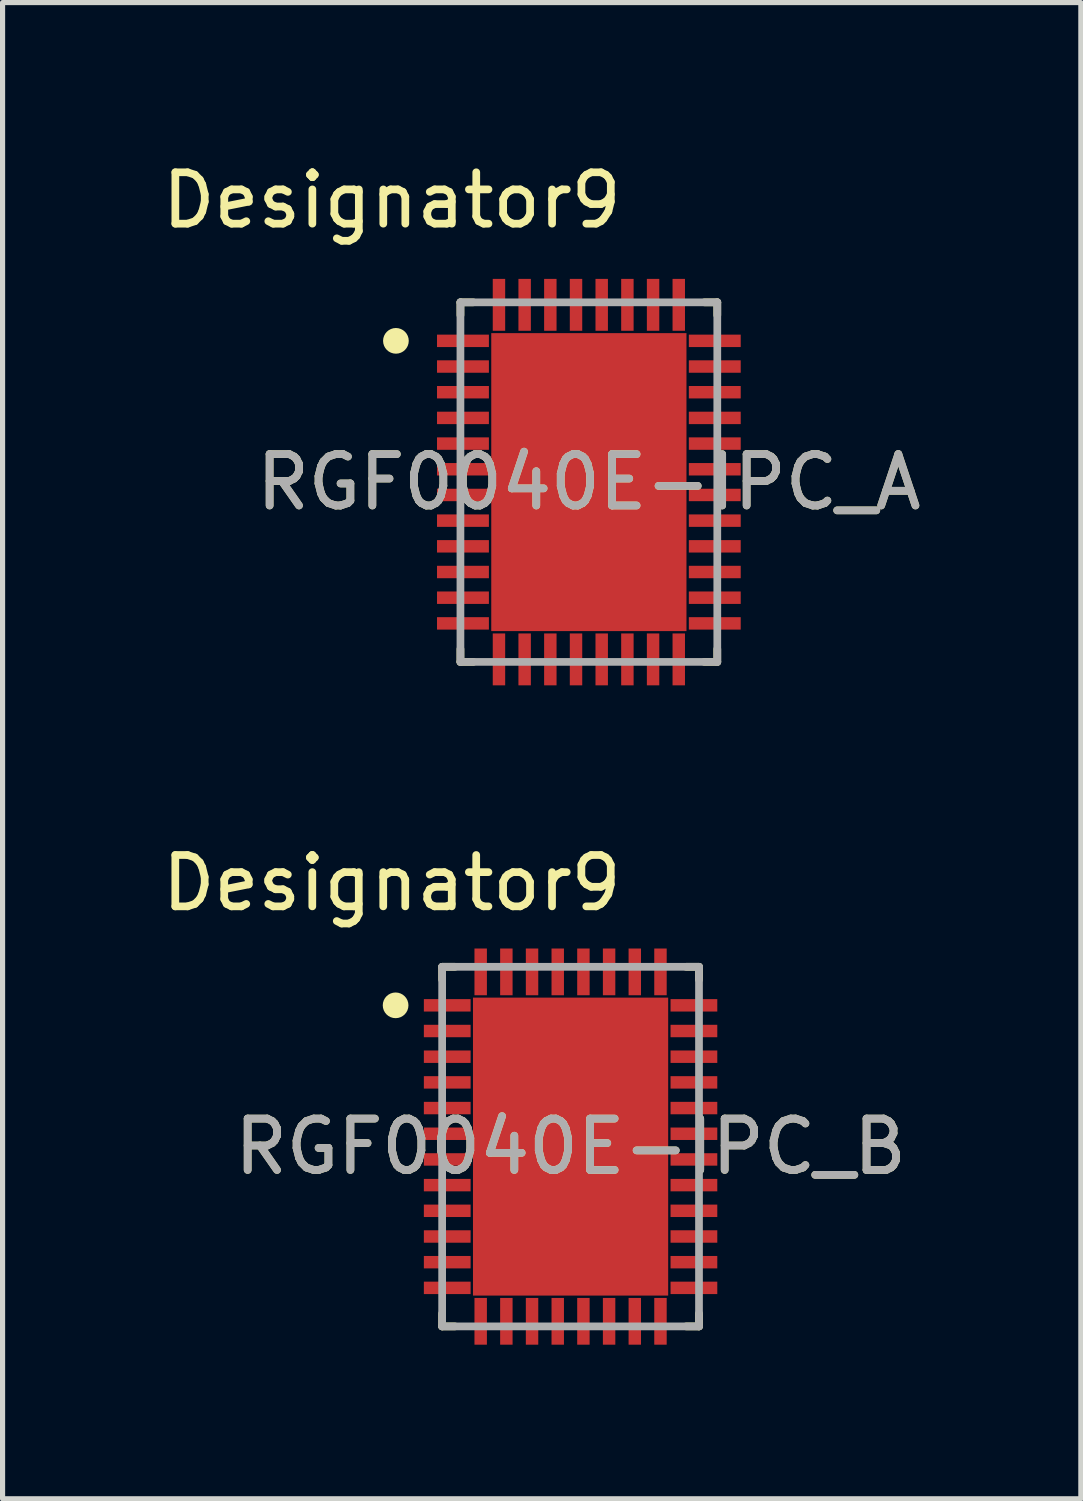
<source format=kicad_pcb>
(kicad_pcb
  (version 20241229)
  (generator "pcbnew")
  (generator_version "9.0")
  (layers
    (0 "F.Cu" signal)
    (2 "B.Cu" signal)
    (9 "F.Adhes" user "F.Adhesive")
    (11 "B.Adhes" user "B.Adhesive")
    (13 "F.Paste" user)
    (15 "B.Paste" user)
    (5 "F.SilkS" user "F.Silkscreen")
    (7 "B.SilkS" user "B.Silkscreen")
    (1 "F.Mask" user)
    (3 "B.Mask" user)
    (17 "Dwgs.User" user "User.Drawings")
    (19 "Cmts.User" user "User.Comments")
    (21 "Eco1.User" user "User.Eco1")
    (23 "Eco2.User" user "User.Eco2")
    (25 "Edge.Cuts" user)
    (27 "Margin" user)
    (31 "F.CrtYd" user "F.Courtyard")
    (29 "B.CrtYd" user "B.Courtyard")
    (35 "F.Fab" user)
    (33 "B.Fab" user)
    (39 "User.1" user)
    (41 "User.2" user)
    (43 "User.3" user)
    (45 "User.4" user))
  (footprint "RGF0040E-IPC_A"
    (layer "F.Cu")
    (at 8.413 6.335)
    (property "Reference" "RGF0040E-IPC_A" (at 0 0 0) (unlocked yes) (layer "F.SilkS") (effects (font (size 1 1) (thickness 0.15))))
    (attr smd)
    (fp_line (start -2.5 -3.5) (end -2.25 -3.5) (stroke (width 0.15) (type solid)) (layer "F.SilkS"))
    (fp_line (start -2.5 -3.25) (end -2.5 -3.5) (stroke (width 0.15) (type solid)) (layer "F.SilkS"))
    (fp_line (start -2.5 3.5) (end -2.5 3.25) (stroke (width 0.15) (type solid)) (layer "F.SilkS"))
    (fp_line (start -2.5 3.5) (end -2.25 3.5) (stroke (width 0.15) (type solid)) (layer "F.SilkS"))
    (fp_line (start 2.25 -3.5) (end 2.5 -3.5) (stroke (width 0.15) (type solid)) (layer "F.SilkS"))
    (fp_line (start 2.25 3.5) (end 2.5 3.5) (stroke (width 0.15) (type solid)) (layer "F.SilkS"))
    (fp_line (start 2.5 -3.25) (end 2.5 -3.5) (stroke (width 0.15) (type solid)) (layer "F.SilkS"))
    (fp_line (start 2.5 3.5) (end 2.5 3.25) (stroke (width 0.15) (type solid)) (layer "F.SilkS"))
    (fp_circle (center -3.756 -2.75) (end -3.631 -2.75) (stroke (width 0.25) (type solid)) (fill no) (layer "F.SilkS"))
    (fp_poly (pts (xy -1.278 -0.311) (xy 1.278 -0.311) (xy 1.278 -2.278) (xy -1.278 -2.278)) (stroke (width 0) (type solid)) (fill yes) (layer "F.Paste"))
    (fp_poly (pts (xy -1.278 2.278) (xy 1.278 2.278) (xy 1.278 0.311) (xy -1.278 0.311)) (stroke (width 0) (type solid)) (fill yes) (layer "F.Paste"))
    (fp_line (start -2.5 -3.5) (end 2.5 -3.5) (stroke (width 0.15) (type solid)) (layer "F.Fab"))
    (fp_line (start -2.5 3.5) (end -2.5 -3.5) (stroke (width 0.15) (type solid)) (layer "F.Fab"))
    (fp_line (start -2.5 3.5) (end 2.5 3.5) (stroke (width 0.15) (type solid)) (layer "F.Fab"))
    (fp_line (start 2.5 3.5) (end 2.5 -3.5) (stroke (width 0.15) (type solid)) (layer "F.Fab"))
    (fp_text user "Designator9" (at -3.835 -5.486 0) (unlocked yes) (layer "F.SilkS") (effects (font (size 1 1) (thickness 0.15))))
    (fp_text user "${REFERENCE}" (at 0 0 0) (unlocked yes) (layer "F.Fab") (effects (font (size 1 1) (thickness 0.15))))
    (pad "1" smd rect (at -2.451 -2.75 90) (size 0.242 1.01) (layers "F.Cu" "F.Mask" "F.Paste"))
    (pad "2" smd rect (at -2.451 -2.25 90) (size 0.242 1.01) (layers "F.Cu" "F.Mask" "F.Paste"))
    (pad "3" smd rect (at -2.451 -1.75 90) (size 0.242 1.01) (layers "F.Cu" "F.Mask" "F.Paste"))
    (pad "4" smd rect (at -2.451 -1.25 90) (size 0.242 1.01) (layers "F.Cu" "F.Mask" "F.Paste"))
    (pad "5" smd rect (at -2.451 -0.75 90) (size 0.242 1.01) (layers "F.Cu" "F.Mask" "F.Paste"))
    (pad "6" smd rect (at -2.451 -0.25 90) (size 0.242 1.01) (layers "F.Cu" "F.Mask" "F.Paste"))
    (pad "7" smd rect (at -2.451 0.25 90) (size 0.242 1.01) (layers "F.Cu" "F.Mask" "F.Paste"))
    (pad "8" smd rect (at -2.451 0.75 90) (size 0.242 1.01) (layers "F.Cu" "F.Mask" "F.Paste"))
    (pad "9" smd rect (at -2.451 1.25 90) (size 0.242 1.01) (layers "F.Cu" "F.Mask" "F.Paste"))
    (pad "10" smd rect (at -2.451 1.75 90) (size 0.242 1.01) (layers "F.Cu" "F.Mask" "F.Paste"))
    (pad "11" smd rect (at -2.451 2.25 90) (size 0.242 1.01) (layers "F.Cu" "F.Mask" "F.Paste"))
    (pad "12" smd rect (at -2.451 2.75 90) (size 0.242 1.01) (layers "F.Cu" "F.Mask" "F.Paste"))
    (pad "13" smd rect (at -1.75 3.451) (size 0.242 1.01) (layers "F.Cu" "F.Mask" "F.Paste"))
    (pad "14" smd rect (at -1.25 3.451) (size 0.242 1.01) (layers "F.Cu" "F.Mask" "F.Paste"))
    (pad "15" smd rect (at -0.75 3.451) (size 0.242 1.01) (layers "F.Cu" "F.Mask" "F.Paste"))
    (pad "16" smd rect (at -0.25 3.451) (size 0.242 1.01) (layers "F.Cu" "F.Mask" "F.Paste"))
    (pad "17" smd rect (at 0.25 3.451) (size 0.242 1.01) (layers "F.Cu" "F.Mask" "F.Paste"))
    (pad "18" smd rect (at 0.75 3.451) (size 0.242 1.01) (layers "F.Cu" "F.Mask" "F.Paste"))
    (pad "19" smd rect (at 1.25 3.451) (size 0.242 1.01) (layers "F.Cu" "F.Mask" "F.Paste"))
    (pad "20" smd rect (at 1.75 3.451) (size 0.242 1.01) (layers "F.Cu" "F.Mask" "F.Paste"))
    (pad "21" smd rect (at 2.451 2.75 90) (size 0.242 1.01) (layers "F.Cu" "F.Mask" "F.Paste"))
    (pad "22" smd rect (at 2.451 2.25 90) (size 0.242 1.01) (layers "F.Cu" "F.Mask" "F.Paste"))
    (pad "23" smd rect (at 2.451 1.75 90) (size 0.242 1.01) (layers "F.Cu" "F.Mask" "F.Paste"))
    (pad "24" smd rect (at 2.451 1.25 90) (size 0.242 1.01) (layers "F.Cu" "F.Mask" "F.Paste"))
    (pad "25" smd rect (at 2.451 0.75 90) (size 0.242 1.01) (layers "F.Cu" "F.Mask" "F.Paste"))
    (pad "26" smd rect (at 2.451 0.25 90) (size 0.242 1.01) (layers "F.Cu" "F.Mask" "F.Paste"))
    (pad "27" smd rect (at 2.451 -0.25 90) (size 0.242 1.01) (layers "F.Cu" "F.Mask" "F.Paste"))
    (pad "28" smd rect (at 2.451 -0.75 90) (size 0.242 1.01) (layers "F.Cu" "F.Mask" "F.Paste"))
    (pad "29" smd rect (at 2.451 -1.25 90) (size 0.242 1.01) (layers "F.Cu" "F.Mask" "F.Paste"))
    (pad "30" smd rect (at 2.451 -1.75 90) (size 0.242 1.01) (layers "F.Cu" "F.Mask" "F.Paste"))
    (pad "31" smd rect (at 2.451 -2.25 90) (size 0.242 1.01) (layers "F.Cu" "F.Mask" "F.Paste"))
    (pad "32" smd rect (at 2.451 -2.75 90) (size 0.242 1.01) (layers "F.Cu" "F.Mask" "F.Paste"))
    (pad "33" smd rect (at 1.75 -3.451) (size 0.242 1.01) (layers "F.Cu" "F.Mask" "F.Paste"))
    (pad "34" smd rect (at 1.25 -3.451) (size 0.242 1.01) (layers "F.Cu" "F.Mask" "F.Paste"))
    (pad "35" smd rect (at 0.75 -3.451) (size 0.242 1.01) (layers "F.Cu" "F.Mask" "F.Paste"))
    (pad "36" smd rect (at 0.25 -3.451) (size 0.242 1.01) (layers "F.Cu" "F.Mask" "F.Paste"))
    (pad "37" smd rect (at -0.25 -3.451) (size 0.242 1.01) (layers "F.Cu" "F.Mask" "F.Paste"))
    (pad "38" smd rect (at -0.75 -3.451) (size 0.242 1.01) (layers "F.Cu" "F.Mask" "F.Paste"))
    (pad "39" smd rect (at -1.25 -3.451) (size 0.242 1.01) (layers "F.Cu" "F.Mask" "F.Paste"))
    (pad "40" smd rect (at -1.75 -3.451) (size 0.242 1.01) (layers "F.Cu" "F.Mask" "F.Paste"))
    (pad "41" smd rect (at 0 0) (size 3.8 5.8) (layers "F.Cu" "F.Mask")))
  (footprint "RGF0040E-IPC_B"
    (layer "F.Cu")
    (at 8.057 19.27)
    (property "Reference" "RGF0040E-IPC_B" (at 0 0 0) (unlocked yes) (layer "F.SilkS") (effects (font (size 1 1) (thickness 0.15))))
    (attr smd)
    (fp_line (start -2.5 -3.5) (end -2.25 -3.5) (stroke (width 0.15) (type solid)) (layer "F.SilkS"))
    (fp_line (start -2.5 -3.25) (end -2.5 -3.5) (stroke (width 0.15) (type solid)) (layer "F.SilkS"))
    (fp_line (start -2.5 3.5) (end -2.5 3.25) (stroke (width 0.15) (type solid)) (layer "F.SilkS"))
    (fp_line (start -2.5 3.5) (end -2.25 3.5) (stroke (width 0.15) (type solid)) (layer "F.SilkS"))
    (fp_line (start 2.25 -3.5) (end 2.5 -3.5) (stroke (width 0.15) (type solid)) (layer "F.SilkS"))
    (fp_line (start 2.25 3.5) (end 2.5 3.5) (stroke (width 0.15) (type solid)) (layer "F.SilkS"))
    (fp_line (start 2.5 -3.25) (end 2.5 -3.5) (stroke (width 0.15) (type solid)) (layer "F.SilkS"))
    (fp_line (start 2.5 3.5) (end 2.5 3.25) (stroke (width 0.15) (type solid)) (layer "F.SilkS"))
    (fp_circle (center -3.406 -2.75) (end -3.281 -2.75) (stroke (width 0.25) (type solid)) (fill no) (layer "F.SilkS"))
    (fp_poly (pts (xy -1.278 -0.311) (xy 1.278 -0.311) (xy 1.278 -2.278) (xy -1.278 -2.278)) (stroke (width 0) (type solid)) (fill yes) (layer "F.Paste"))
    (fp_poly (pts (xy -1.278 2.278) (xy 1.278 2.278) (xy 1.278 0.311) (xy -1.278 0.311)) (stroke (width 0) (type solid)) (fill yes) (layer "F.Paste"))
    (fp_line (start -2.5 -3.5) (end 2.5 -3.5) (stroke (width 0.15) (type solid)) (layer "F.Fab"))
    (fp_line (start -2.5 3.5) (end -2.5 -3.5) (stroke (width 0.15) (type solid)) (layer "F.Fab"))
    (fp_line (start -2.5 3.5) (end 2.5 3.5) (stroke (width 0.15) (type solid)) (layer "F.Fab"))
    (fp_line (start 2.5 3.5) (end 2.5 -3.5) (stroke (width 0.15) (type solid)) (layer "F.Fab"))
    (fp_text user "Designator9" (at -3.48 -5.131 0) (unlocked yes) (layer "F.SilkS") (effects (font (size 1 1) (thickness 0.15))))
    (fp_text user "${REFERENCE}" (at 0 0 0) (unlocked yes) (layer "F.Fab") (effects (font (size 1 1) (thickness 0.15))))
    (pad "1" smd rect (at -2.401 -2.75 90) (size 0.242 0.91) (layers "F.Cu" "F.Mask" "F.Paste"))
    (pad "2" smd rect (at -2.401 -2.25 90) (size 0.242 0.91) (layers "F.Cu" "F.Mask" "F.Paste"))
    (pad "3" smd rect (at -2.401 -1.75 90) (size 0.242 0.91) (layers "F.Cu" "F.Mask" "F.Paste"))
    (pad "4" smd rect (at -2.401 -1.25 90) (size 0.242 0.91) (layers "F.Cu" "F.Mask" "F.Paste"))
    (pad "5" smd rect (at -2.401 -0.75 90) (size 0.242 0.91) (layers "F.Cu" "F.Mask" "F.Paste"))
    (pad "6" smd rect (at -2.401 -0.25 90) (size 0.242 0.91) (layers "F.Cu" "F.Mask" "F.Paste"))
    (pad "7" smd rect (at -2.401 0.25 90) (size 0.242 0.91) (layers "F.Cu" "F.Mask" "F.Paste"))
    (pad "8" smd rect (at -2.401 0.75 90) (size 0.242 0.91) (layers "F.Cu" "F.Mask" "F.Paste"))
    (pad "9" smd rect (at -2.401 1.25 90) (size 0.242 0.91) (layers "F.Cu" "F.Mask" "F.Paste"))
    (pad "10" smd rect (at -2.401 1.75 90) (size 0.242 0.91) (layers "F.Cu" "F.Mask" "F.Paste"))
    (pad "11" smd rect (at -2.401 2.25 90) (size 0.242 0.91) (layers "F.Cu" "F.Mask" "F.Paste"))
    (pad "12" smd rect (at -2.401 2.75 90) (size 0.242 0.91) (layers "F.Cu" "F.Mask" "F.Paste"))
    (pad "13" smd rect (at -1.75 3.401) (size 0.242 0.91) (layers "F.Cu" "F.Mask" "F.Paste"))
    (pad "14" smd rect (at -1.25 3.401) (size 0.242 0.91) (layers "F.Cu" "F.Mask" "F.Paste"))
    (pad "15" smd rect (at -0.75 3.401) (size 0.242 0.91) (layers "F.Cu" "F.Mask" "F.Paste"))
    (pad "16" smd rect (at -0.25 3.401) (size 0.242 0.91) (layers "F.Cu" "F.Mask" "F.Paste"))
    (pad "17" smd rect (at 0.25 3.401) (size 0.242 0.91) (layers "F.Cu" "F.Mask" "F.Paste"))
    (pad "18" smd rect (at 0.75 3.401) (size 0.242 0.91) (layers "F.Cu" "F.Mask" "F.Paste"))
    (pad "19" smd rect (at 1.25 3.401) (size 0.242 0.91) (layers "F.Cu" "F.Mask" "F.Paste"))
    (pad "20" smd rect (at 1.75 3.401) (size 0.242 0.91) (layers "F.Cu" "F.Mask" "F.Paste"))
    (pad "21" smd rect (at 2.401 2.75 90) (size 0.242 0.91) (layers "F.Cu" "F.Mask" "F.Paste"))
    (pad "22" smd rect (at 2.401 2.25 90) (size 0.242 0.91) (layers "F.Cu" "F.Mask" "F.Paste"))
    (pad "23" smd rect (at 2.401 1.75 90) (size 0.242 0.91) (layers "F.Cu" "F.Mask" "F.Paste"))
    (pad "24" smd rect (at 2.401 1.25 90) (size 0.242 0.91) (layers "F.Cu" "F.Mask" "F.Paste"))
    (pad "25" smd rect (at 2.401 0.75 90) (size 0.242 0.91) (layers "F.Cu" "F.Mask" "F.Paste"))
    (pad "26" smd rect (at 2.401 0.25 90) (size 0.242 0.91) (layers "F.Cu" "F.Mask" "F.Paste"))
    (pad "27" smd rect (at 2.401 -0.25 90) (size 0.242 0.91) (layers "F.Cu" "F.Mask" "F.Paste"))
    (pad "28" smd rect (at 2.401 -0.75 90) (size 0.242 0.91) (layers "F.Cu" "F.Mask" "F.Paste"))
    (pad "29" smd rect (at 2.401 -1.25 90) (size 0.242 0.91) (layers "F.Cu" "F.Mask" "F.Paste"))
    (pad "30" smd rect (at 2.401 -1.75 90) (size 0.242 0.91) (layers "F.Cu" "F.Mask" "F.Paste"))
    (pad "31" smd rect (at 2.401 -2.25 90) (size 0.242 0.91) (layers "F.Cu" "F.Mask" "F.Paste"))
    (pad "32" smd rect (at 2.401 -2.75 90) (size 0.242 0.91) (layers "F.Cu" "F.Mask" "F.Paste"))
    (pad "33" smd rect (at 1.75 -3.401) (size 0.242 0.91) (layers "F.Cu" "F.Mask" "F.Paste"))
    (pad "34" smd rect (at 1.25 -3.401) (size 0.242 0.91) (layers "F.Cu" "F.Mask" "F.Paste"))
    (pad "35" smd rect (at 0.75 -3.401) (size 0.242 0.91) (layers "F.Cu" "F.Mask" "F.Paste"))
    (pad "36" smd rect (at 0.25 -3.401) (size 0.242 0.91) (layers "F.Cu" "F.Mask" "F.Paste"))
    (pad "37" smd rect (at -0.25 -3.401) (size 0.242 0.91) (layers "F.Cu" "F.Mask" "F.Paste"))
    (pad "38" smd rect (at -0.75 -3.401) (size 0.242 0.91) (layers "F.Cu" "F.Mask" "F.Paste"))
    (pad "39" smd rect (at -1.25 -3.401) (size 0.242 0.91) (layers "F.Cu" "F.Mask" "F.Paste"))
    (pad "40" smd rect (at -1.75 -3.401) (size 0.242 0.91) (layers "F.Cu" "F.Mask" "F.Paste"))
    (pad "41" smd rect (at 0 0) (size 3.8 5.8) (layers "F.Cu" "F.Mask")))
  (gr_rect
    (start -3 -3)
    (end 17.99 26.126)
    (stroke (width 0.1) (type default))
    (fill no)
    (layer "Edge.Cuts")))
</source>
